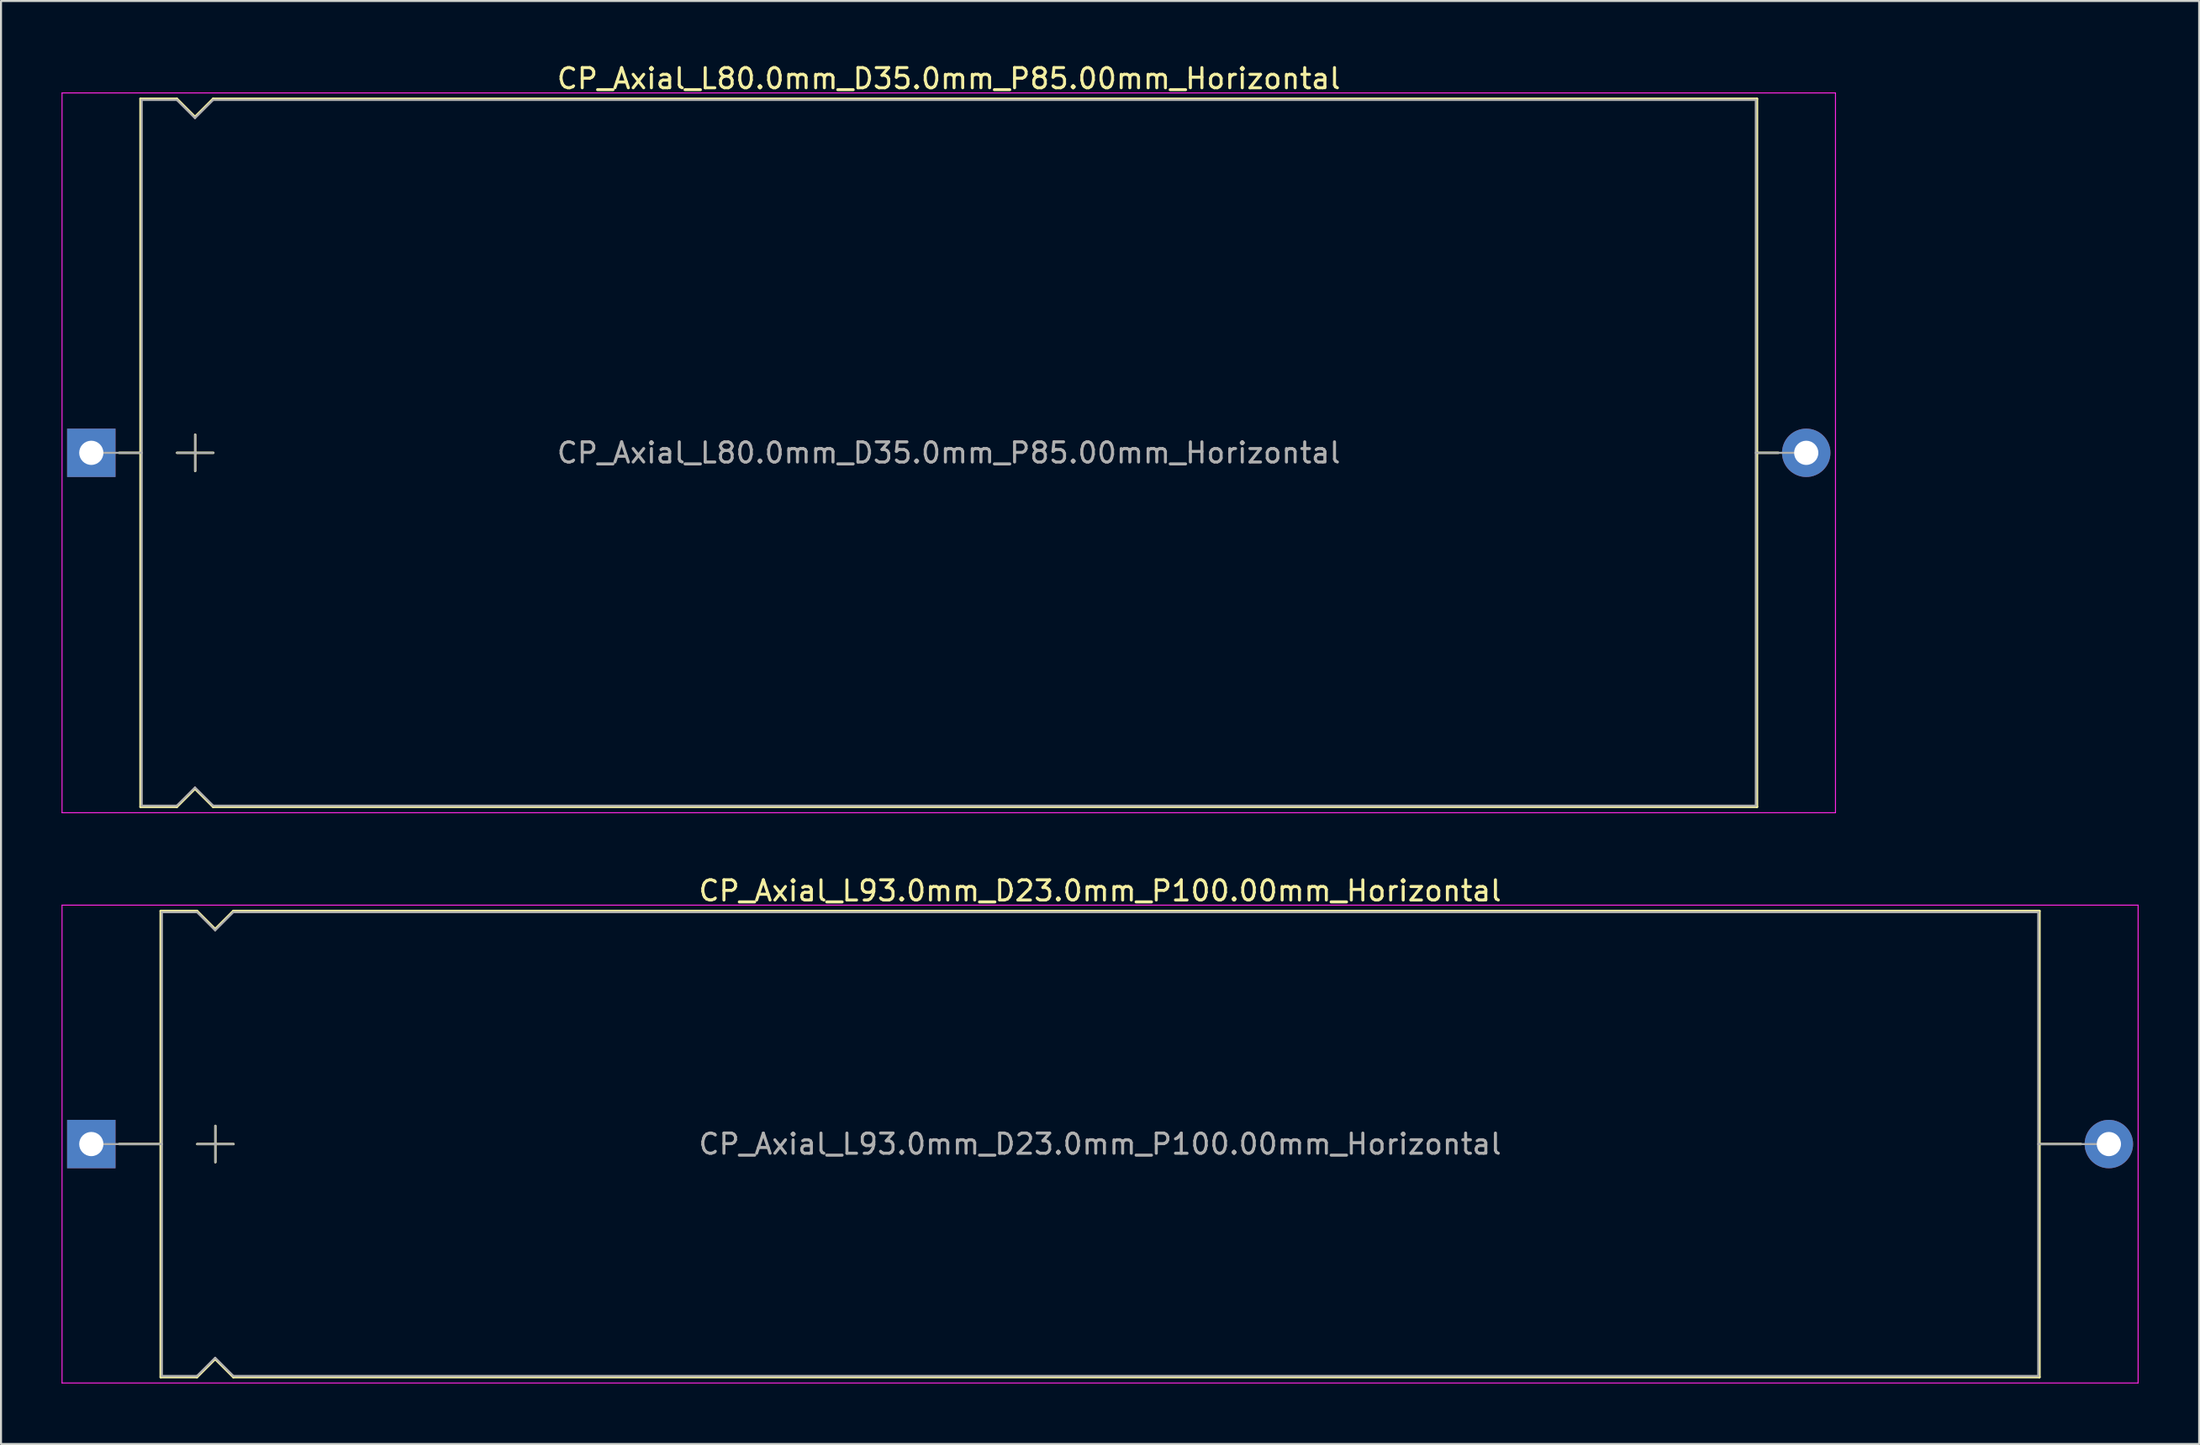
<source format=kicad_pcb>
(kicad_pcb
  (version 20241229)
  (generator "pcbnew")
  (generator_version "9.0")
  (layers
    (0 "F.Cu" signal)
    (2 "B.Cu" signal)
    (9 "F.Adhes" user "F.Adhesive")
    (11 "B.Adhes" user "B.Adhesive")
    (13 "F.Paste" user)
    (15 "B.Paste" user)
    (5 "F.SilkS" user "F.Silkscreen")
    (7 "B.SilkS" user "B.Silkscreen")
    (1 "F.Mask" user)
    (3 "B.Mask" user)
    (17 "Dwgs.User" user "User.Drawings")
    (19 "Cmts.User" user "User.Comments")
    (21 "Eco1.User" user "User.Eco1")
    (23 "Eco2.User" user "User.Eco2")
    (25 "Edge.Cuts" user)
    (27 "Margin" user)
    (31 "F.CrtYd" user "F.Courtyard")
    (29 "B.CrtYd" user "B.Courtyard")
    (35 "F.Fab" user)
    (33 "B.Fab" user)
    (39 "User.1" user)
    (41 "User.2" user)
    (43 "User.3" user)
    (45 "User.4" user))
  (footprint "CP_Axial_L80.0mm_D35.0mm_P85.00mm_Horizontal"
    (layer "F.Cu")
    (at 1.475 19.408)
    (property "Reference" "CP_Axial_L80.0mm_D35.0mm_P85.00mm_Horizontal" (at 42.5 -18.56 0) (layer "F.SilkS") (effects (font (size 1 1) (thickness 0.15))))
    (attr through_hole)
    (fp_line (start 1.38 0) (end 2.44 0) (stroke (width 0.12) (type solid)) (layer "F.SilkS"))
    (fp_line (start 2.44 -17.56) (end 2.44 17.56) (stroke (width 0.12) (type solid)) (layer "F.SilkS"))
    (fp_line (start 2.44 -17.56) (end 4.24 -17.56) (stroke (width 0.12) (type solid)) (layer "F.SilkS"))
    (fp_line (start 2.44 17.56) (end 4.24 17.56) (stroke (width 0.12) (type solid)) (layer "F.SilkS"))
    (fp_line (start 4.24 -17.56) (end 5.14 -16.66) (stroke (width 0.12) (type solid)) (layer "F.SilkS"))
    (fp_line (start 4.24 17.56) (end 5.14 16.66) (stroke (width 0.12) (type solid)) (layer "F.SilkS"))
    (fp_line (start 4.25 0) (end 6.05 0) (stroke (width 0.12) (type solid)) (layer "F.SilkS"))
    (fp_line (start 5.14 -16.66) (end 6.04 -17.56) (stroke (width 0.12) (type solid)) (layer "F.SilkS"))
    (fp_line (start 5.14 16.66) (end 6.04 17.56) (stroke (width 0.12) (type solid)) (layer "F.SilkS"))
    (fp_line (start 5.15 -0.9) (end 5.15 0.9) (stroke (width 0.12) (type solid)) (layer "F.SilkS"))
    (fp_line (start 6.04 -17.56) (end 82.56 -17.56) (stroke (width 0.12) (type solid)) (layer "F.SilkS"))
    (fp_line (start 6.04 17.56) (end 82.56 17.56) (stroke (width 0.12) (type solid)) (layer "F.SilkS"))
    (fp_line (start 82.56 -17.56) (end 82.56 17.56) (stroke (width 0.12) (type solid)) (layer "F.SilkS"))
    (fp_line (start 83.62 0) (end 82.56 0) (stroke (width 0.12) (type solid)) (layer "F.SilkS"))
    (fp_line (start -1.45 -17.85) (end -1.45 17.85) (stroke (width 0.05) (type solid)) (layer "F.CrtYd"))
    (fp_line (start -1.45 17.85) (end 86.45 17.85) (stroke (width 0.05) (type solid)) (layer "F.CrtYd"))
    (fp_line (start 86.45 -17.85) (end -1.45 -17.85) (stroke (width 0.05) (type solid)) (layer "F.CrtYd"))
    (fp_line (start 86.45 17.85) (end 86.45 -17.85) (stroke (width 0.05) (type solid)) (layer "F.CrtYd"))
    (fp_line (start 0 0) (end 2.5 0) (stroke (width 0.1) (type solid)) (layer "F.Fab"))
    (fp_line (start 2.5 -17.5) (end 2.5 17.5) (stroke (width 0.1) (type solid)) (layer "F.Fab"))
    (fp_line (start 2.5 -17.5) (end 4.24 -17.5) (stroke (width 0.1) (type solid)) (layer "F.Fab"))
    (fp_line (start 2.5 17.5) (end 4.24 17.5) (stroke (width 0.1) (type solid)) (layer "F.Fab"))
    (fp_line (start 4.24 -17.5) (end 5.14 -16.6) (stroke (width 0.1) (type solid)) (layer "F.Fab"))
    (fp_line (start 4.24 17.5) (end 5.14 16.6) (stroke (width 0.1) (type solid)) (layer "F.Fab"))
    (fp_line (start 4.25 0) (end 6.05 0) (stroke (width 0.1) (type solid)) (layer "F.Fab"))
    (fp_line (start 5.14 -16.6) (end 6.04 -17.5) (stroke (width 0.1) (type solid)) (layer "F.Fab"))
    (fp_line (start 5.14 16.6) (end 6.04 17.5) (stroke (width 0.1) (type solid)) (layer "F.Fab"))
    (fp_line (start 5.15 -0.9) (end 5.15 0.9) (stroke (width 0.1) (type solid)) (layer "F.Fab"))
    (fp_line (start 6.04 -17.5) (end 82.5 -17.5) (stroke (width 0.1) (type solid)) (layer "F.Fab"))
    (fp_line (start 6.04 17.5) (end 82.5 17.5) (stroke (width 0.1) (type solid)) (layer "F.Fab"))
    (fp_line (start 82.5 -17.5) (end 82.5 17.5) (stroke (width 0.1) (type solid)) (layer "F.Fab"))
    (fp_line (start 85 0) (end 82.5 0) (stroke (width 0.1) (type solid)) (layer "F.Fab"))
    (fp_text user "${REFERENCE}" (at 42.5 0 0) (layer "F.Fab") (effects (font (size 1 1) (thickness 0.15))))
    (pad "1" thru_hole rect (at 0 0) (size 2.4 2.4) (drill 1.2) (layers "*.Cu" "*.Mask"))
    (pad "2" thru_hole oval (at 85 0) (size 2.4 2.4) (drill 1.2) (layers "*.Cu" "*.Mask")))
  (footprint "CP_Axial_L93.0mm_D23.0mm_P100.00mm_Horizontal"
    (layer "F.Cu")
    (at 1.475 53.691)
    (property "Reference" "CP_Axial_L93.0mm_D23.0mm_P100.00mm_Horizontal" (at 50 -12.56 0) (layer "F.SilkS") (effects (font (size 1 1) (thickness 0.15))))
    (attr through_hole)
    (fp_line (start 1.38 0) (end 3.44 0) (stroke (width 0.12) (type solid)) (layer "F.SilkS"))
    (fp_line (start 3.44 -11.56) (end 3.44 11.56) (stroke (width 0.12) (type solid)) (layer "F.SilkS"))
    (fp_line (start 3.44 -11.56) (end 5.24 -11.56) (stroke (width 0.12) (type solid)) (layer "F.SilkS"))
    (fp_line (start 3.44 11.56) (end 5.24 11.56) (stroke (width 0.12) (type solid)) (layer "F.SilkS"))
    (fp_line (start 5.24 -11.56) (end 6.14 -10.66) (stroke (width 0.12) (type solid)) (layer "F.SilkS"))
    (fp_line (start 5.24 11.56) (end 6.14 10.66) (stroke (width 0.12) (type solid)) (layer "F.SilkS"))
    (fp_line (start 5.25 0) (end 7.05 0) (stroke (width 0.12) (type solid)) (layer "F.SilkS"))
    (fp_line (start 6.14 -10.66) (end 7.04 -11.56) (stroke (width 0.12) (type solid)) (layer "F.SilkS"))
    (fp_line (start 6.14 10.66) (end 7.04 11.56) (stroke (width 0.12) (type solid)) (layer "F.SilkS"))
    (fp_line (start 6.15 -0.9) (end 6.15 0.9) (stroke (width 0.12) (type solid)) (layer "F.SilkS"))
    (fp_line (start 7.04 -11.56) (end 96.56 -11.56) (stroke (width 0.12) (type solid)) (layer "F.SilkS"))
    (fp_line (start 7.04 11.56) (end 96.56 11.56) (stroke (width 0.12) (type solid)) (layer "F.SilkS"))
    (fp_line (start 96.56 -11.56) (end 96.56 11.56) (stroke (width 0.12) (type solid)) (layer "F.SilkS"))
    (fp_line (start 98.62 0) (end 96.56 0) (stroke (width 0.12) (type solid)) (layer "F.SilkS"))
    (fp_line (start -1.45 -11.85) (end -1.45 11.85) (stroke (width 0.05) (type solid)) (layer "F.CrtYd"))
    (fp_line (start -1.45 11.85) (end 101.45 11.85) (stroke (width 0.05) (type solid)) (layer "F.CrtYd"))
    (fp_line (start 101.45 -11.85) (end -1.45 -11.85) (stroke (width 0.05) (type solid)) (layer "F.CrtYd"))
    (fp_line (start 101.45 11.85) (end 101.45 -11.85) (stroke (width 0.05) (type solid)) (layer "F.CrtYd"))
    (fp_line (start 0 0) (end 3.5 0) (stroke (width 0.1) (type solid)) (layer "F.Fab"))
    (fp_line (start 3.5 -11.5) (end 3.5 11.5) (stroke (width 0.1) (type solid)) (layer "F.Fab"))
    (fp_line (start 3.5 -11.5) (end 5.24 -11.5) (stroke (width 0.1) (type solid)) (layer "F.Fab"))
    (fp_line (start 3.5 11.5) (end 5.24 11.5) (stroke (width 0.1) (type solid)) (layer "F.Fab"))
    (fp_line (start 5.24 -11.5) (end 6.14 -10.6) (stroke (width 0.1) (type solid)) (layer "F.Fab"))
    (fp_line (start 5.24 11.5) (end 6.14 10.6) (stroke (width 0.1) (type solid)) (layer "F.Fab"))
    (fp_line (start 5.25 0) (end 7.05 0) (stroke (width 0.1) (type solid)) (layer "F.Fab"))
    (fp_line (start 6.14 -10.6) (end 7.04 -11.5) (stroke (width 0.1) (type solid)) (layer "F.Fab"))
    (fp_line (start 6.14 10.6) (end 7.04 11.5) (stroke (width 0.1) (type solid)) (layer "F.Fab"))
    (fp_line (start 6.15 -0.9) (end 6.15 0.9) (stroke (width 0.1) (type solid)) (layer "F.Fab"))
    (fp_line (start 7.04 -11.5) (end 96.5 -11.5) (stroke (width 0.1) (type solid)) (layer "F.Fab"))
    (fp_line (start 7.04 11.5) (end 96.5 11.5) (stroke (width 0.1) (type solid)) (layer "F.Fab"))
    (fp_line (start 96.5 -11.5) (end 96.5 11.5) (stroke (width 0.1) (type solid)) (layer "F.Fab"))
    (fp_line (start 100 0) (end 96.5 0) (stroke (width 0.1) (type solid)) (layer "F.Fab"))
    (fp_text user "${REFERENCE}" (at 50 0 0) (layer "F.Fab") (effects (font (size 1 1) (thickness 0.15))))
    (pad "1" thru_hole rect (at 0 0) (size 2.4 2.4) (drill 1.2) (layers "*.Cu" "*.Mask"))
    (pad "2" thru_hole oval (at 100 0) (size 2.4 2.4) (drill 1.2) (layers "*.Cu" "*.Mask")))
  (gr_rect
    (start -3 -3)
    (end 105.95 68.567)
    (stroke (width 0.1) (type default))
    (fill no)
    (layer "Edge.Cuts")))
</source>
